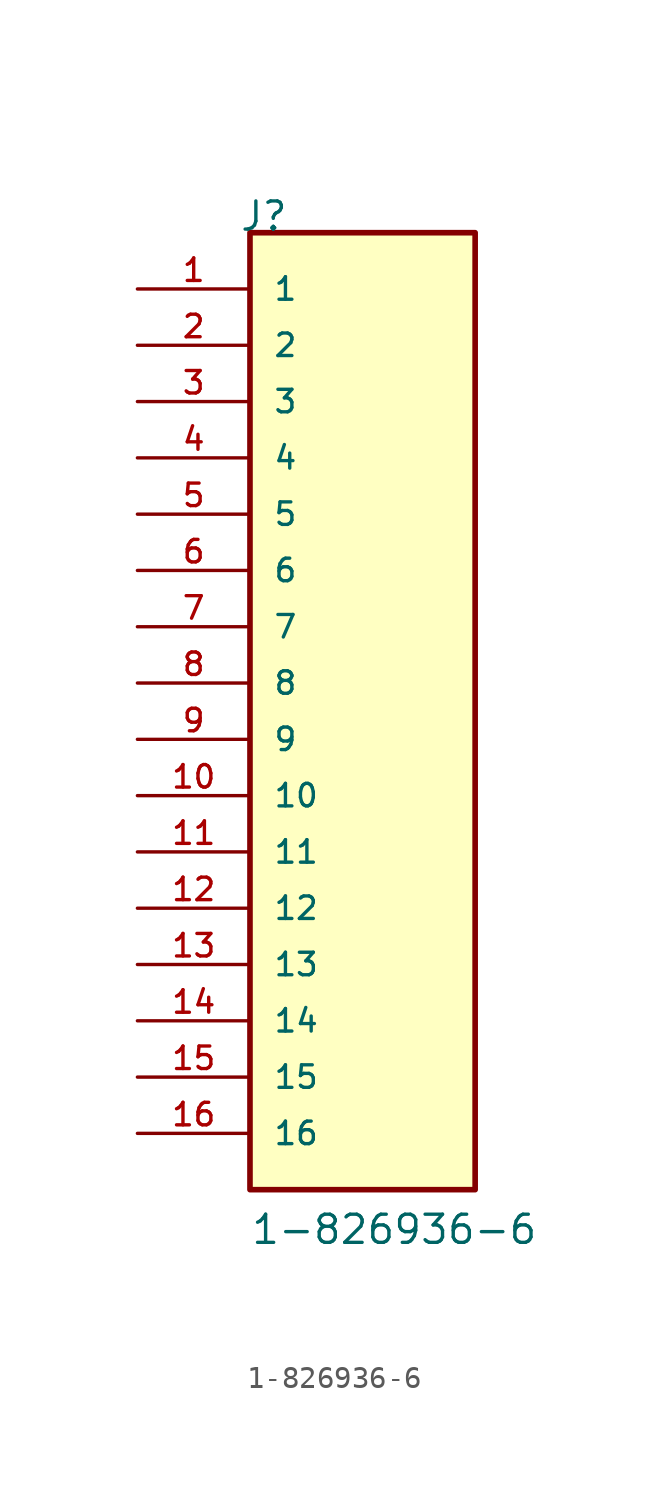
<source format=kicad_sym>
(kicad_symbol_lib
  (version 20211014)
  (generator kicad_symbol_editor)
  (symbol "1-826936-6"
    (pin_names
      (offset 1.016))
    (property "Reference" "J"
      (at -5.58 22.86 0)
      (effects (font (size 1.27 1.27)) (justify bottom left)))
    (property "Value" "1-826936-6"
      (at -5.08 -22.86 0)
      (effects (font (size 1.27 1.27)) (justify bottom left)))
    (symbol "1-826936-6_0_0"
      (rectangle (start -5.08 -20.32) (end 5.08 22.86) (stroke (width 0.254)) (fill (type background)))
      (pin passive line (at -10.16 20.32 0) (length 5.08) (name "1" (effects (font (size 1.016 1.016)))) (number "1" (effects (font (size 1.016 1.016)))))
      (pin passive line (at -10.16 17.78 0) (length 5.08) (name "2" (effects (font (size 1.016 1.016)))) (number "2" (effects (font (size 1.016 1.016)))))
      (pin passive line (at -10.16 15.24 0) (length 5.08) (name "3" (effects (font (size 1.016 1.016)))) (number "3" (effects (font (size 1.016 1.016)))))
      (pin passive line (at -10.16 12.7 0) (length 5.08) (name "4" (effects (font (size 1.016 1.016)))) (number "4" (effects (font (size 1.016 1.016)))))
      (pin passive line (at -10.16 10.16 0) (length 5.08) (name "5" (effects (font (size 1.016 1.016)))) (number "5" (effects (font (size 1.016 1.016)))))
      (pin passive line (at -10.16 7.62 0) (length 5.08) (name "6" (effects (font (size 1.016 1.016)))) (number "6" (effects (font (size 1.016 1.016)))))
      (pin passive line (at -10.16 5.08 0) (length 5.08) (name "7" (effects (font (size 1.016 1.016)))) (number "7" (effects (font (size 1.016 1.016)))))
      (pin passive line (at -10.16 2.54 0) (length 5.08) (name "8" (effects (font (size 1.016 1.016)))) (number "8" (effects (font (size 1.016 1.016)))))
      (pin passive line (at -10.16 0.0 0) (length 5.08) (name "9" (effects (font (size 1.016 1.016)))) (number "9" (effects (font (size 1.016 1.016)))))
      (pin passive line (at -10.16 -2.54 0) (length 5.08) (name "10" (effects (font (size 1.016 1.016)))) (number "10" (effects (font (size 1.016 1.016)))))
      (pin passive line (at -10.16 -5.08 0) (length 5.08) (name "11" (effects (font (size 1.016 1.016)))) (number "11" (effects (font (size 1.016 1.016)))))
      (pin passive line (at -10.16 -7.62 0) (length 5.08) (name "12" (effects (font (size 1.016 1.016)))) (number "12" (effects (font (size 1.016 1.016)))))
      (pin passive line (at -10.16 -10.16 0) (length 5.08) (name "13" (effects (font (size 1.016 1.016)))) (number "13" (effects (font (size 1.016 1.016)))))
      (pin passive line (at -10.16 -12.7 0) (length 5.08) (name "14" (effects (font (size 1.016 1.016)))) (number "14" (effects (font (size 1.016 1.016)))))
      (pin passive line (at -10.16 -15.24 0) (length 5.08) (name "15" (effects (font (size 1.016 1.016)))) (number "15" (effects (font (size 1.016 1.016)))))
      (pin passive line (at -10.16 -17.78 0) (length 5.08) (name "16" (effects (font (size 1.016 1.016)))) (number "16" (effects (font (size 1.016 1.016))))))))
</source>
